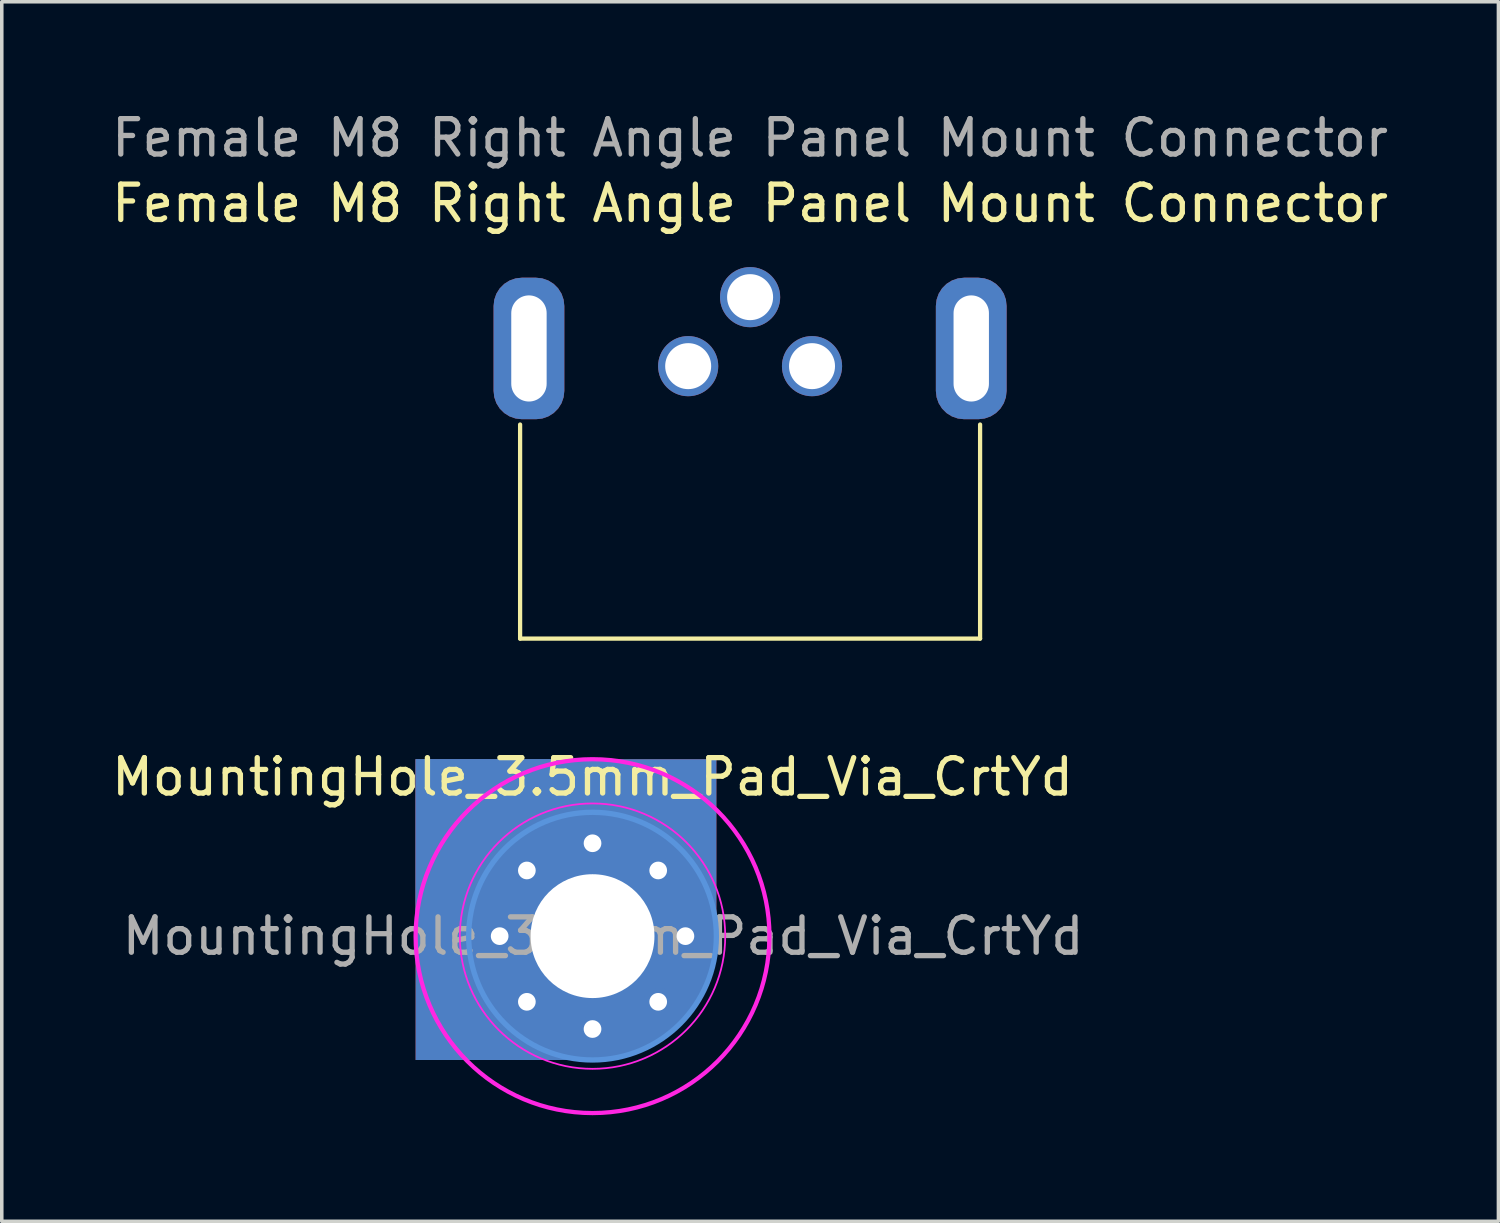
<source format=kicad_pcb>
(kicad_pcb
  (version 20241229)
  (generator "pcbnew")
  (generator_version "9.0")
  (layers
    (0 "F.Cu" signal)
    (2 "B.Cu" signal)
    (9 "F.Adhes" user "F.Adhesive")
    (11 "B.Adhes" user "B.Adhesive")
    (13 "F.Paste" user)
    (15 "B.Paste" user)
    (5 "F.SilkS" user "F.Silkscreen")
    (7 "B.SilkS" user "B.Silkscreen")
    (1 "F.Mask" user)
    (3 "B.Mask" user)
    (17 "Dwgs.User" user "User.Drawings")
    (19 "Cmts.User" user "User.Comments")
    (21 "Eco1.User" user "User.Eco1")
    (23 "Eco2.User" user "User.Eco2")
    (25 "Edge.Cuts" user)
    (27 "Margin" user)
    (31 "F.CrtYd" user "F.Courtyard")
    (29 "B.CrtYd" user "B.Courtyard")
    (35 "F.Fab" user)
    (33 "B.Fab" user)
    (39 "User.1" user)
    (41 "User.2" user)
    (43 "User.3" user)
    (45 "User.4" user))
  (footprint "MountingHole_3.5mm_Pad_Via_CrtYd"
    (layer "F.Cu")
    (at 13.696 23.407)
    (property "Reference" "MountingHole_3.5mm_Pad_Via_CrtYd" (at 0 -4.5 0) (layer "F.SilkS") (effects (font (size 1 1) (thickness 0.15))))
    (attr exclude_from_pos_files exclude_from_bom)
    (fp_circle (center 0 0) (end 3.5 0) (stroke (width 0.15) (type solid)) (fill no) (layer "Cmts.User"))
    (fp_circle (center 0 0) (end 3.75 0) (stroke (width 0.05) (type solid)) (fill no) (layer "F.CrtYd"))
    (fp_circle (center 0 0) (end 5 0) (stroke (width 0.12) (type solid)) (fill no) (layer "F.CrtYd"))
    (fp_text user "${REFERENCE}" (at 0.3 0 0) (layer "F.Fab") (effects (font (size 1 1) (thickness 0.15))))
    (pad "1" thru_hole circle (at -2.625 0) (size 0.8 0.8) (drill 0.5) (layers "*.Cu" "*.Mask"))
    (pad "1" connect rect (at -2.5 -0.75) (size 5 8.5) (layers "F.Cu" "F.Mask"))
    (pad "1" connect rect (at -2.5 -0.75) (size 5 8.5) (layers "B.Cu" "B.Mask"))
    (pad "1" thru_hole circle (at -1.856 -1.856) (size 0.8 0.8) (drill 0.5) (layers "*.Cu" "*.Mask"))
    (pad "1" thru_hole circle (at -1.856 1.856) (size 0.8 0.8) (drill 0.5) (layers "*.Cu" "*.Mask"))
    (pad "1" connect rect (at -0.75 -2.5 90) (size 5 8.5) (layers "F.Cu" "F.Mask"))
    (pad "1" connect rect (at -0.75 -2.5 90) (size 5 8.5) (layers "B.Cu" "B.Mask"))
    (pad "1" thru_hole circle (at 0 -2.625) (size 0.8 0.8) (drill 0.5) (layers "*.Cu" "*.Mask"))
    (pad "1" thru_hole circle (at 0 0) (size 7 7) (drill 3.5) (layers "*.Cu" "*.Mask"))
    (pad "1" thru_hole circle (at 0 2.625) (size 0.8 0.8) (drill 0.5) (layers "*.Cu" "*.Mask"))
    (pad "1" thru_hole circle (at 1.856 -1.856) (size 0.8 0.8) (drill 0.5) (layers "*.Cu" "*.Mask"))
    (pad "1" thru_hole circle (at 1.856 1.856) (size 0.8 0.8) (drill 0.5) (layers "*.Cu" "*.Mask"))
    (pad "1" thru_hole circle (at 2.625 0) (size 0.8 0.8) (drill 0.5) (layers "*.Cu" "*.Mask")))
  (footprint "Female M8 Right Angle Panel Mount Connector"
    (layer "F.Cu")
    (at 18.149 6.798)
    (property "Reference" "Female M8 Right Angle Panel Mount Connector" (at 0 -4.1 0) (unlocked yes) (layer "F.SilkS") (effects (font (size 1 1) (thickness 0.15))))
    (attr smd)
    (fp_line (start -6.5 2.15) (end -6.5 8.2) (stroke (width 0.12) (type default)) (layer "F.SilkS"))
    (fp_line (start -6.5 8.2) (end 6.5 8.2) (stroke (width 0.12) (type default)) (layer "F.SilkS"))
    (fp_line (start 6.5 8.2) (end 6.5 2.15) (stroke (width 0.12) (type default)) (layer "F.SilkS"))
    (fp_text user "${REFERENCE}" (at 0 -5.95 0) (unlocked yes) (layer "F.Fab") (effects (font (size 1 1) (thickness 0.15))))
    (pad "1" thru_hole circle (at 1.75 0.5) (size 1.7 1.7) (drill 1.3) (layers "*.Cu" "*.Mask"))
    (pad "3" thru_hole circle (at -1.75 0.5) (size 1.7 1.7) (drill 1.3) (layers "*.Cu" "*.Mask"))
    (pad "4" thru_hole circle (at 0 -1.45) (size 1.7 1.7) (drill 1.3) (layers "*.Cu" "*.Mask"))
    (pad "SH" thru_hole roundrect (at -6.25 0) (size 2 4) (drill oval 1 3) (layers "*.Cu" "*.Mask") (roundrect_rratio 0.4))
    (pad "SH" thru_hole roundrect (at 6.25 0) (size 2 4) (drill oval 1 3) (layers "*.Cu" "*.Mask") (roundrect_rratio 0.4)))
  (gr_rect
    (start -3 -3)
    (end 39.298 31.466)
    (stroke (width 0.1) (type default))
    (fill no)
    (layer "Edge.Cuts")))
</source>
